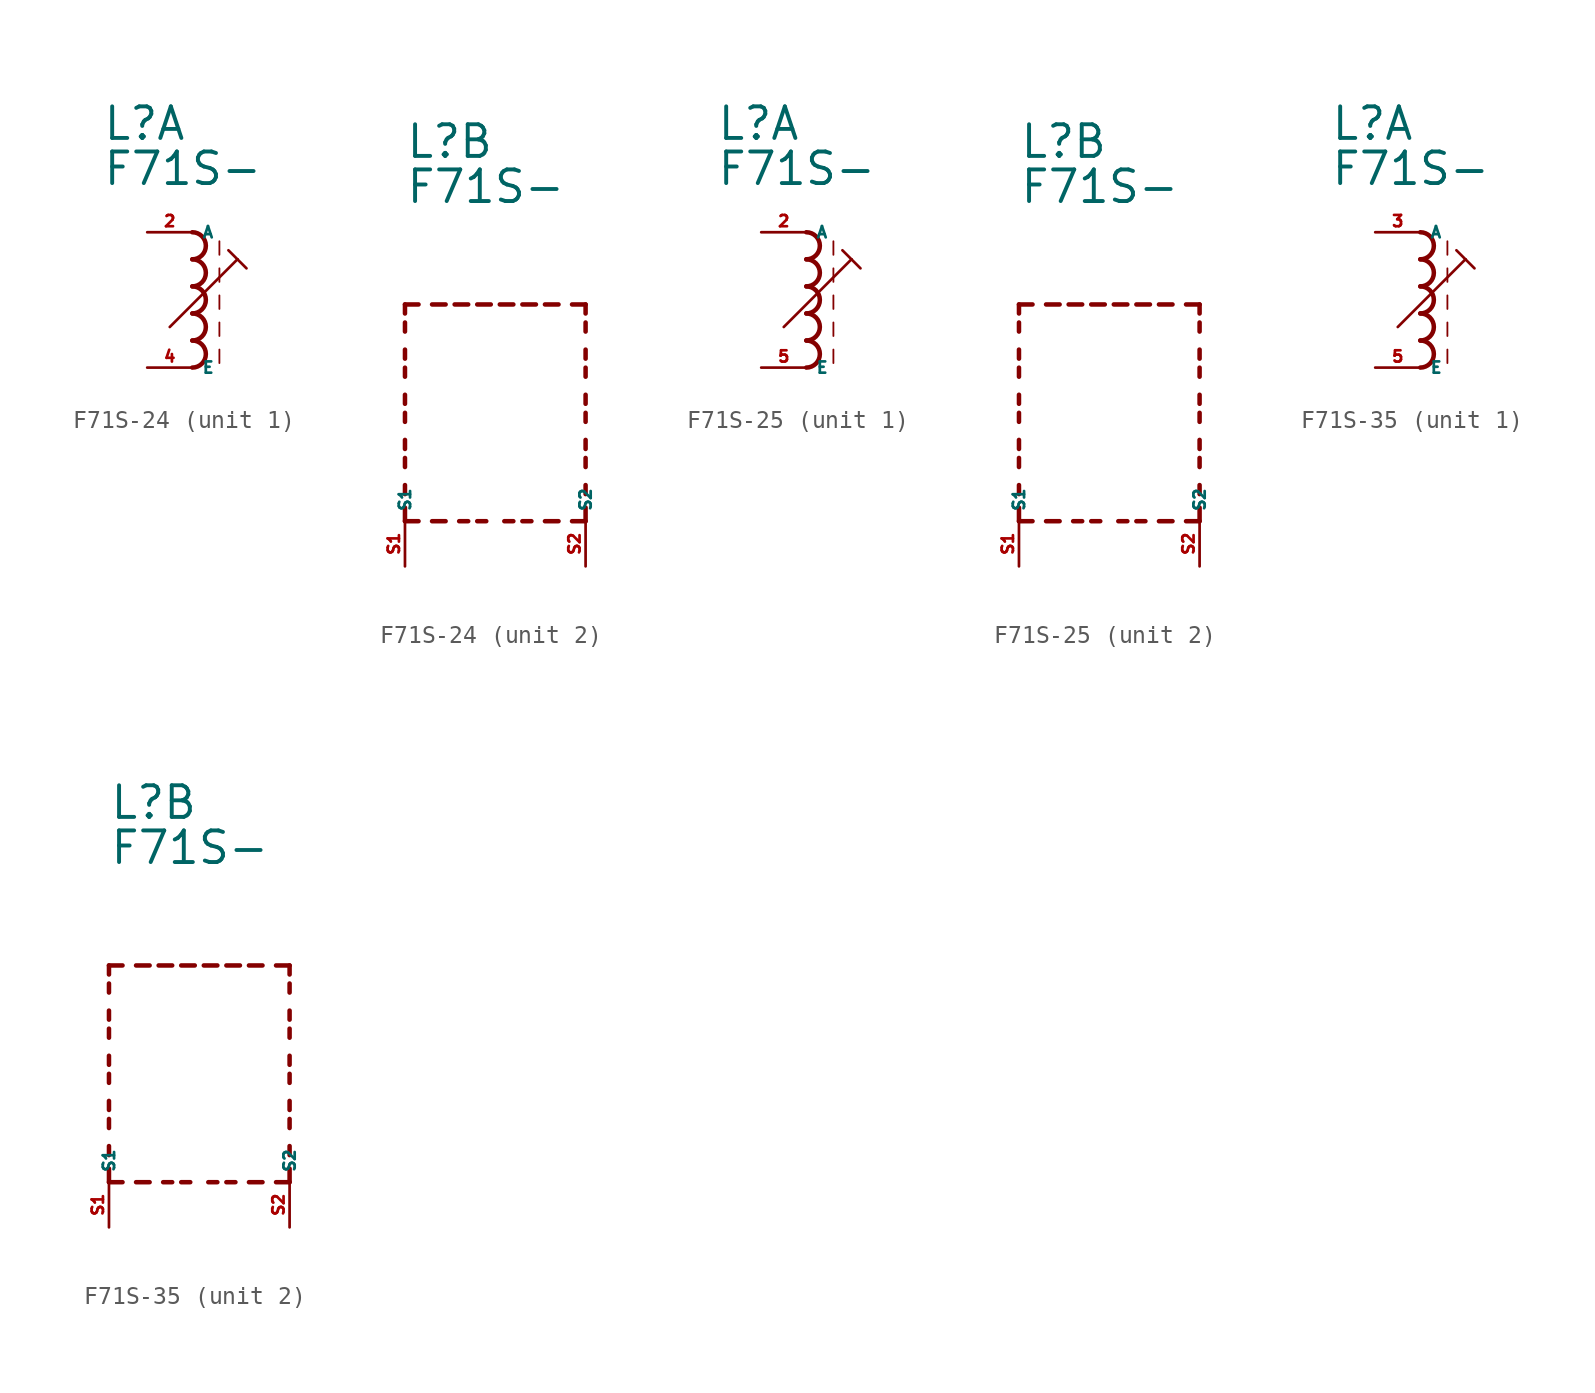
<source format=kicad_sym>
(kicad_symbol_lib
  (version 20220914)
  (generator kicad_symbol_editor)
  (symbol "F71S-24"
    (property "Reference" "L"
      (at -5.08 10.16 0)
      (effects (font (size 1.778 1.778) (thickness 0.22)) (justify left bottom)))
    (property "Value" "F71S-"
      (at -5.08 7.62 0)
      (effects (font (size 1.778 1.778) (thickness 0.22)) (justify left bottom)))
    (symbol "F71S-24_1_0"
      (arc (start 0 -2.54) (mid 0.7587 -1.778) (end 0 -1.016) (stroke (width 0.254) (type default)) (fill (type none)))
      (arc (start 0 -1.016) (mid 0.7587 -0.254) (end 0 0.508) (stroke (width 0.254) (type default)) (fill (type none)))
      (polyline (pts (xy -1.27 -0.254) (xy 2.54 3.556)) (stroke (width 0.152) (type default)) (fill (type none)))
      (polyline (pts (xy 1.524 -1.524) (xy 1.524 -2.286)) (stroke (width 0.102) (type default)) (fill (type none)))
      (polyline (pts (xy 1.524 0) (xy 1.524 -0.762)) (stroke (width 0.102) (type default)) (fill (type none)))
      (polyline (pts (xy 1.524 1.524) (xy 1.524 0.762)) (stroke (width 0.102) (type default)) (fill (type none)))
      (polyline (pts (xy 1.524 3.048) (xy 1.524 2.286)) (stroke (width 0.102) (type default)) (fill (type none)))
      (polyline (pts (xy 1.524 4.572) (xy 1.524 3.81)) (stroke (width 0.102) (type default)) (fill (type none)))
      (polyline (pts (xy 2.032 4.064) (xy 2.54 3.556)) (stroke (width 0.152) (type default)) (fill (type none)))
      (polyline (pts (xy 2.54 3.556) (xy 3.048 3.048)) (stroke (width 0.152) (type default)) (fill (type none)))
      (arc (start 0 0.508) (mid 0.7587 1.27) (end 0 2.032) (stroke (width 0.254) (type default)) (fill (type none)))
      (arc (start 0 2.032) (mid 0.7587 2.794) (end 0 3.556) (stroke (width 0.254) (type default)) (fill (type none)))
      (arc (start 0 3.556) (mid 0.7587 4.318) (end 0 5.08) (stroke (width 0.254) (type default)) (fill (type none)))
      (pin passive line (at -2.54 5.08 0) (length 2.54) (name "A" (effects (font (size 0.635 0.635)))) (number "2" (effects (font (size 0.635 0.635)))))
      (pin passive line (at -2.54 -2.54 0) (length 2.54) (name "E" (effects (font (size 0.635 0.635)))) (number "4" (effects (font (size 0.635 0.635))))))
    (symbol "F71S-24_2_0"
      (polyline (pts (xy -5.08 -10.16) (xy -5.08 -9.398)) (stroke (width 0.254) (type default)) (fill (type none)))
      (polyline (pts (xy -5.08 -10.16) (xy -4.318 -10.16)) (stroke (width 0.254) (type default)) (fill (type none)))
      (polyline (pts (xy -5.08 -8.636) (xy -5.08 -8.128)) (stroke (width 0.254) (type default)) (fill (type none)))
      (polyline (pts (xy -5.08 -7.112) (xy -5.08 -6.604)) (stroke (width 0.254) (type default)) (fill (type none)))
      (polyline (pts (xy -5.08 -6.096) (xy -5.08 -5.588)) (stroke (width 0.254) (type default)) (fill (type none)))
      (polyline (pts (xy -5.08 -4.572) (xy -5.08 -4.064)) (stroke (width 0.254) (type default)) (fill (type none)))
      (polyline (pts (xy -5.08 -3.556) (xy -5.08 -3.048)) (stroke (width 0.254) (type default)) (fill (type none)))
      (polyline (pts (xy -5.08 -2.032) (xy -5.08 -1.524)) (stroke (width 0.254) (type default)) (fill (type none)))
      (polyline (pts (xy -5.08 -1.016) (xy -5.08 -0.508)) (stroke (width 0.254) (type default)) (fill (type none)))
      (polyline (pts (xy -5.08 0.508) (xy -5.08 1.016)) (stroke (width 0.254) (type default)) (fill (type none)))
      (polyline (pts (xy -5.08 1.524) (xy -5.08 2.032)) (stroke (width 0.254) (type default)) (fill (type none)))
      (polyline (pts (xy -5.08 2.032) (xy -4.318 2.032)) (stroke (width 0.254) (type default)) (fill (type none)))
      (polyline (pts (xy -3.556 -10.16) (xy -2.794 -10.16)) (stroke (width 0.254) (type default)) (fill (type none)))
      (polyline (pts (xy -3.556 2.032) (xy -2.794 2.032)) (stroke (width 0.254) (type default)) (fill (type none)))
      (polyline (pts (xy -1.524 -10.16) (xy -2.032 -10.16)) (stroke (width 0.254) (type default)) (fill (type none)))
      (polyline (pts (xy -1.524 2.032) (xy -2.286 2.032)) (stroke (width 0.254) (type default)) (fill (type none)))
      (polyline (pts (xy -1.016 2.032) (xy -0.254 2.032)) (stroke (width 0.254) (type default)) (fill (type none)))
      (polyline (pts (xy -0.508 -10.16) (xy -1.016 -10.16)) (stroke (width 0.254) (type default)) (fill (type none)))
      (polyline (pts (xy 1.016 -10.16) (xy 0.508 -10.16)) (stroke (width 0.254) (type default)) (fill (type none)))
      (polyline (pts (xy 1.016 2.032) (xy 0.254 2.032)) (stroke (width 0.254) (type default)) (fill (type none)))
      (polyline (pts (xy 1.524 2.032) (xy 2.286 2.032)) (stroke (width 0.254) (type default)) (fill (type none)))
      (polyline (pts (xy 2.032 -10.16) (xy 1.524 -10.16)) (stroke (width 0.254) (type default)) (fill (type none)))
      (polyline (pts (xy 3.556 -10.16) (xy 2.794 -10.16)) (stroke (width 0.254) (type default)) (fill (type none)))
      (polyline (pts (xy 3.556 2.032) (xy 2.794 2.032)) (stroke (width 0.254) (type default)) (fill (type none)))
      (polyline (pts (xy 5.08 -10.16) (xy 4.318 -10.16)) (stroke (width 0.254) (type default)) (fill (type none)))
      (polyline (pts (xy 5.08 -10.16) (xy 5.08 -9.398)) (stroke (width 0.254) (type default)) (fill (type none)))
      (polyline (pts (xy 5.08 -8.636) (xy 5.08 -8.128)) (stroke (width 0.254) (type default)) (fill (type none)))
      (polyline (pts (xy 5.08 -7.112) (xy 5.08 -6.604)) (stroke (width 0.254) (type default)) (fill (type none)))
      (polyline (pts (xy 5.08 -6.096) (xy 5.08 -5.588)) (stroke (width 0.254) (type default)) (fill (type none)))
      (polyline (pts (xy 5.08 -4.572) (xy 5.08 -4.064)) (stroke (width 0.254) (type default)) (fill (type none)))
      (polyline (pts (xy 5.08 -3.556) (xy 5.08 -3.048)) (stroke (width 0.254) (type default)) (fill (type none)))
      (polyline (pts (xy 5.08 -2.032) (xy 5.08 -1.524)) (stroke (width 0.254) (type default)) (fill (type none)))
      (polyline (pts (xy 5.08 -1.016) (xy 5.08 -0.508)) (stroke (width 0.254) (type default)) (fill (type none)))
      (polyline (pts (xy 5.08 0.508) (xy 5.08 1.016)) (stroke (width 0.254) (type default)) (fill (type none)))
      (polyline (pts (xy 5.08 1.524) (xy 5.08 2.032)) (stroke (width 0.254) (type default)) (fill (type none)))
      (polyline (pts (xy 5.08 2.032) (xy 4.318 2.032)) (stroke (width 0.254) (type default)) (fill (type none)))
      (pin passive line (at -5.08 -12.7 90) (length 2.54) (name "S1" (effects (font (size 0.635 0.635)))) (number "S1" (effects (font (size 0.635 0.635)))))
      (pin passive line (at 5.08 -12.7 90) (length 2.54) (name "S2" (effects (font (size 0.635 0.635)))) (number "S2" (effects (font (size 0.635 0.635)))))))
  (symbol "F71S-25"
    (property "Reference" "L"
      (at -5.08 10.16 0)
      (effects (font (size 1.778 1.778) (thickness 0.22)) (justify left bottom)))
    (property "Value" "F71S-"
      (at -5.08 7.62 0)
      (effects (font (size 1.778 1.778) (thickness 0.22)) (justify left bottom)))
    (symbol "F71S-25_1_0"
      (arc (start 0 -2.54) (mid 0.7587 -1.778) (end 0 -1.016) (stroke (width 0.254) (type default)) (fill (type none)))
      (arc (start 0 -1.016) (mid 0.7587 -0.254) (end 0 0.508) (stroke (width 0.254) (type default)) (fill (type none)))
      (polyline (pts (xy -1.27 -0.254) (xy 2.54 3.556)) (stroke (width 0.152) (type default)) (fill (type none)))
      (polyline (pts (xy 1.524 -1.524) (xy 1.524 -2.286)) (stroke (width 0.102) (type default)) (fill (type none)))
      (polyline (pts (xy 1.524 0) (xy 1.524 -0.762)) (stroke (width 0.102) (type default)) (fill (type none)))
      (polyline (pts (xy 1.524 1.524) (xy 1.524 0.762)) (stroke (width 0.102) (type default)) (fill (type none)))
      (polyline (pts (xy 1.524 3.048) (xy 1.524 2.286)) (stroke (width 0.102) (type default)) (fill (type none)))
      (polyline (pts (xy 1.524 4.572) (xy 1.524 3.81)) (stroke (width 0.102) (type default)) (fill (type none)))
      (polyline (pts (xy 2.032 4.064) (xy 2.54 3.556)) (stroke (width 0.152) (type default)) (fill (type none)))
      (polyline (pts (xy 2.54 3.556) (xy 3.048 3.048)) (stroke (width 0.152) (type default)) (fill (type none)))
      (arc (start 0 0.508) (mid 0.7587 1.27) (end 0 2.032) (stroke (width 0.254) (type default)) (fill (type none)))
      (arc (start 0 2.032) (mid 0.7587 2.794) (end 0 3.556) (stroke (width 0.254) (type default)) (fill (type none)))
      (arc (start 0 3.556) (mid 0.7587 4.318) (end 0 5.08) (stroke (width 0.254) (type default)) (fill (type none)))
      (pin passive line (at -2.54 5.08 0) (length 2.54) (name "A" (effects (font (size 0.635 0.635)))) (number "2" (effects (font (size 0.635 0.635)))))
      (pin passive line (at -2.54 -2.54 0) (length 2.54) (name "E" (effects (font (size 0.635 0.635)))) (number "5" (effects (font (size 0.635 0.635))))))
    (symbol "F71S-25_2_0"
      (polyline (pts (xy -5.08 -10.16) (xy -5.08 -9.398)) (stroke (width 0.254) (type default)) (fill (type none)))
      (polyline (pts (xy -5.08 -10.16) (xy -4.318 -10.16)) (stroke (width 0.254) (type default)) (fill (type none)))
      (polyline (pts (xy -5.08 -8.636) (xy -5.08 -8.128)) (stroke (width 0.254) (type default)) (fill (type none)))
      (polyline (pts (xy -5.08 -7.112) (xy -5.08 -6.604)) (stroke (width 0.254) (type default)) (fill (type none)))
      (polyline (pts (xy -5.08 -6.096) (xy -5.08 -5.588)) (stroke (width 0.254) (type default)) (fill (type none)))
      (polyline (pts (xy -5.08 -4.572) (xy -5.08 -4.064)) (stroke (width 0.254) (type default)) (fill (type none)))
      (polyline (pts (xy -5.08 -3.556) (xy -5.08 -3.048)) (stroke (width 0.254) (type default)) (fill (type none)))
      (polyline (pts (xy -5.08 -2.032) (xy -5.08 -1.524)) (stroke (width 0.254) (type default)) (fill (type none)))
      (polyline (pts (xy -5.08 -1.016) (xy -5.08 -0.508)) (stroke (width 0.254) (type default)) (fill (type none)))
      (polyline (pts (xy -5.08 0.508) (xy -5.08 1.016)) (stroke (width 0.254) (type default)) (fill (type none)))
      (polyline (pts (xy -5.08 1.524) (xy -5.08 2.032)) (stroke (width 0.254) (type default)) (fill (type none)))
      (polyline (pts (xy -5.08 2.032) (xy -4.318 2.032)) (stroke (width 0.254) (type default)) (fill (type none)))
      (polyline (pts (xy -3.556 -10.16) (xy -2.794 -10.16)) (stroke (width 0.254) (type default)) (fill (type none)))
      (polyline (pts (xy -3.556 2.032) (xy -2.794 2.032)) (stroke (width 0.254) (type default)) (fill (type none)))
      (polyline (pts (xy -1.524 -10.16) (xy -2.032 -10.16)) (stroke (width 0.254) (type default)) (fill (type none)))
      (polyline (pts (xy -1.524 2.032) (xy -2.286 2.032)) (stroke (width 0.254) (type default)) (fill (type none)))
      (polyline (pts (xy -1.016 2.032) (xy -0.254 2.032)) (stroke (width 0.254) (type default)) (fill (type none)))
      (polyline (pts (xy -0.508 -10.16) (xy -1.016 -10.16)) (stroke (width 0.254) (type default)) (fill (type none)))
      (polyline (pts (xy 1.016 -10.16) (xy 0.508 -10.16)) (stroke (width 0.254) (type default)) (fill (type none)))
      (polyline (pts (xy 1.016 2.032) (xy 0.254 2.032)) (stroke (width 0.254) (type default)) (fill (type none)))
      (polyline (pts (xy 1.524 2.032) (xy 2.286 2.032)) (stroke (width 0.254) (type default)) (fill (type none)))
      (polyline (pts (xy 2.032 -10.16) (xy 1.524 -10.16)) (stroke (width 0.254) (type default)) (fill (type none)))
      (polyline (pts (xy 3.556 -10.16) (xy 2.794 -10.16)) (stroke (width 0.254) (type default)) (fill (type none)))
      (polyline (pts (xy 3.556 2.032) (xy 2.794 2.032)) (stroke (width 0.254) (type default)) (fill (type none)))
      (polyline (pts (xy 5.08 -10.16) (xy 4.318 -10.16)) (stroke (width 0.254) (type default)) (fill (type none)))
      (polyline (pts (xy 5.08 -10.16) (xy 5.08 -9.398)) (stroke (width 0.254) (type default)) (fill (type none)))
      (polyline (pts (xy 5.08 -8.636) (xy 5.08 -8.128)) (stroke (width 0.254) (type default)) (fill (type none)))
      (polyline (pts (xy 5.08 -7.112) (xy 5.08 -6.604)) (stroke (width 0.254) (type default)) (fill (type none)))
      (polyline (pts (xy 5.08 -6.096) (xy 5.08 -5.588)) (stroke (width 0.254) (type default)) (fill (type none)))
      (polyline (pts (xy 5.08 -4.572) (xy 5.08 -4.064)) (stroke (width 0.254) (type default)) (fill (type none)))
      (polyline (pts (xy 5.08 -3.556) (xy 5.08 -3.048)) (stroke (width 0.254) (type default)) (fill (type none)))
      (polyline (pts (xy 5.08 -2.032) (xy 5.08 -1.524)) (stroke (width 0.254) (type default)) (fill (type none)))
      (polyline (pts (xy 5.08 -1.016) (xy 5.08 -0.508)) (stroke (width 0.254) (type default)) (fill (type none)))
      (polyline (pts (xy 5.08 0.508) (xy 5.08 1.016)) (stroke (width 0.254) (type default)) (fill (type none)))
      (polyline (pts (xy 5.08 1.524) (xy 5.08 2.032)) (stroke (width 0.254) (type default)) (fill (type none)))
      (polyline (pts (xy 5.08 2.032) (xy 4.318 2.032)) (stroke (width 0.254) (type default)) (fill (type none)))
      (pin passive line (at -5.08 -12.7 90) (length 2.54) (name "S1" (effects (font (size 0.635 0.635)))) (number "S1" (effects (font (size 0.635 0.635)))))
      (pin passive line (at 5.08 -12.7 90) (length 2.54) (name "S2" (effects (font (size 0.635 0.635)))) (number "S2" (effects (font (size 0.635 0.635)))))))
  (symbol "F71S-35"
    (property "Reference" "L"
      (at -5.08 10.16 0)
      (effects (font (size 1.778 1.778) (thickness 0.22)) (justify left bottom)))
    (property "Value" "F71S-"
      (at -5.08 7.62 0)
      (effects (font (size 1.778 1.778) (thickness 0.22)) (justify left bottom)))
    (symbol "F71S-35_1_0"
      (arc (start 0 -2.54) (mid 0.7587 -1.778) (end 0 -1.016) (stroke (width 0.254) (type default)) (fill (type none)))
      (arc (start 0 -1.016) (mid 0.7587 -0.254) (end 0 0.508) (stroke (width 0.254) (type default)) (fill (type none)))
      (polyline (pts (xy -1.27 -0.254) (xy 2.54 3.556)) (stroke (width 0.152) (type default)) (fill (type none)))
      (polyline (pts (xy 1.524 -1.524) (xy 1.524 -2.286)) (stroke (width 0.102) (type default)) (fill (type none)))
      (polyline (pts (xy 1.524 0) (xy 1.524 -0.762)) (stroke (width 0.102) (type default)) (fill (type none)))
      (polyline (pts (xy 1.524 1.524) (xy 1.524 0.762)) (stroke (width 0.102) (type default)) (fill (type none)))
      (polyline (pts (xy 1.524 3.048) (xy 1.524 2.286)) (stroke (width 0.102) (type default)) (fill (type none)))
      (polyline (pts (xy 1.524 4.572) (xy 1.524 3.81)) (stroke (width 0.102) (type default)) (fill (type none)))
      (polyline (pts (xy 2.032 4.064) (xy 2.54 3.556)) (stroke (width 0.152) (type default)) (fill (type none)))
      (polyline (pts (xy 2.54 3.556) (xy 3.048 3.048)) (stroke (width 0.152) (type default)) (fill (type none)))
      (arc (start 0 0.508) (mid 0.7587 1.27) (end 0 2.032) (stroke (width 0.254) (type default)) (fill (type none)))
      (arc (start 0 2.032) (mid 0.7587 2.794) (end 0 3.556) (stroke (width 0.254) (type default)) (fill (type none)))
      (arc (start 0 3.556) (mid 0.7587 4.318) (end 0 5.08) (stroke (width 0.254) (type default)) (fill (type none)))
      (pin passive line (at -2.54 5.08 0) (length 2.54) (name "A" (effects (font (size 0.635 0.635)))) (number "3" (effects (font (size 0.635 0.635)))))
      (pin passive line (at -2.54 -2.54 0) (length 2.54) (name "E" (effects (font (size 0.635 0.635)))) (number "5" (effects (font (size 0.635 0.635))))))
    (symbol "F71S-35_2_0"
      (polyline (pts (xy -5.08 -10.16) (xy -5.08 -9.398)) (stroke (width 0.254) (type default)) (fill (type none)))
      (polyline (pts (xy -5.08 -10.16) (xy -4.318 -10.16)) (stroke (width 0.254) (type default)) (fill (type none)))
      (polyline (pts (xy -5.08 -8.636) (xy -5.08 -8.128)) (stroke (width 0.254) (type default)) (fill (type none)))
      (polyline (pts (xy -5.08 -7.112) (xy -5.08 -6.604)) (stroke (width 0.254) (type default)) (fill (type none)))
      (polyline (pts (xy -5.08 -6.096) (xy -5.08 -5.588)) (stroke (width 0.254) (type default)) (fill (type none)))
      (polyline (pts (xy -5.08 -4.572) (xy -5.08 -4.064)) (stroke (width 0.254) (type default)) (fill (type none)))
      (polyline (pts (xy -5.08 -3.556) (xy -5.08 -3.048)) (stroke (width 0.254) (type default)) (fill (type none)))
      (polyline (pts (xy -5.08 -2.032) (xy -5.08 -1.524)) (stroke (width 0.254) (type default)) (fill (type none)))
      (polyline (pts (xy -5.08 -1.016) (xy -5.08 -0.508)) (stroke (width 0.254) (type default)) (fill (type none)))
      (polyline (pts (xy -5.08 0.508) (xy -5.08 1.016)) (stroke (width 0.254) (type default)) (fill (type none)))
      (polyline (pts (xy -5.08 1.524) (xy -5.08 2.032)) (stroke (width 0.254) (type default)) (fill (type none)))
      (polyline (pts (xy -5.08 2.032) (xy -4.318 2.032)) (stroke (width 0.254) (type default)) (fill (type none)))
      (polyline (pts (xy -3.556 -10.16) (xy -2.794 -10.16)) (stroke (width 0.254) (type default)) (fill (type none)))
      (polyline (pts (xy -3.556 2.032) (xy -2.794 2.032)) (stroke (width 0.254) (type default)) (fill (type none)))
      (polyline (pts (xy -1.524 -10.16) (xy -2.032 -10.16)) (stroke (width 0.254) (type default)) (fill (type none)))
      (polyline (pts (xy -1.524 2.032) (xy -2.286 2.032)) (stroke (width 0.254) (type default)) (fill (type none)))
      (polyline (pts (xy -1.016 2.032) (xy -0.254 2.032)) (stroke (width 0.254) (type default)) (fill (type none)))
      (polyline (pts (xy -0.508 -10.16) (xy -1.016 -10.16)) (stroke (width 0.254) (type default)) (fill (type none)))
      (polyline (pts (xy 1.016 -10.16) (xy 0.508 -10.16)) (stroke (width 0.254) (type default)) (fill (type none)))
      (polyline (pts (xy 1.016 2.032) (xy 0.254 2.032)) (stroke (width 0.254) (type default)) (fill (type none)))
      (polyline (pts (xy 1.524 2.032) (xy 2.286 2.032)) (stroke (width 0.254) (type default)) (fill (type none)))
      (polyline (pts (xy 2.032 -10.16) (xy 1.524 -10.16)) (stroke (width 0.254) (type default)) (fill (type none)))
      (polyline (pts (xy 3.556 -10.16) (xy 2.794 -10.16)) (stroke (width 0.254) (type default)) (fill (type none)))
      (polyline (pts (xy 3.556 2.032) (xy 2.794 2.032)) (stroke (width 0.254) (type default)) (fill (type none)))
      (polyline (pts (xy 5.08 -10.16) (xy 4.318 -10.16)) (stroke (width 0.254) (type default)) (fill (type none)))
      (polyline (pts (xy 5.08 -10.16) (xy 5.08 -9.398)) (stroke (width 0.254) (type default)) (fill (type none)))
      (polyline (pts (xy 5.08 -8.636) (xy 5.08 -8.128)) (stroke (width 0.254) (type default)) (fill (type none)))
      (polyline (pts (xy 5.08 -7.112) (xy 5.08 -6.604)) (stroke (width 0.254) (type default)) (fill (type none)))
      (polyline (pts (xy 5.08 -6.096) (xy 5.08 -5.588)) (stroke (width 0.254) (type default)) (fill (type none)))
      (polyline (pts (xy 5.08 -4.572) (xy 5.08 -4.064)) (stroke (width 0.254) (type default)) (fill (type none)))
      (polyline (pts (xy 5.08 -3.556) (xy 5.08 -3.048)) (stroke (width 0.254) (type default)) (fill (type none)))
      (polyline (pts (xy 5.08 -2.032) (xy 5.08 -1.524)) (stroke (width 0.254) (type default)) (fill (type none)))
      (polyline (pts (xy 5.08 -1.016) (xy 5.08 -0.508)) (stroke (width 0.254) (type default)) (fill (type none)))
      (polyline (pts (xy 5.08 0.508) (xy 5.08 1.016)) (stroke (width 0.254) (type default)) (fill (type none)))
      (polyline (pts (xy 5.08 1.524) (xy 5.08 2.032)) (stroke (width 0.254) (type default)) (fill (type none)))
      (polyline (pts (xy 5.08 2.032) (xy 4.318 2.032)) (stroke (width 0.254) (type default)) (fill (type none)))
      (pin passive line (at -5.08 -12.7 90) (length 2.54) (name "S1" (effects (font (size 0.635 0.635)))) (number "S1" (effects (font (size 0.635 0.635)))))
      (pin passive line (at 5.08 -12.7 90) (length 2.54) (name "S2" (effects (font (size 0.635 0.635)))) (number "S2" (effects (font (size 0.635 0.635))))))))
</source>
